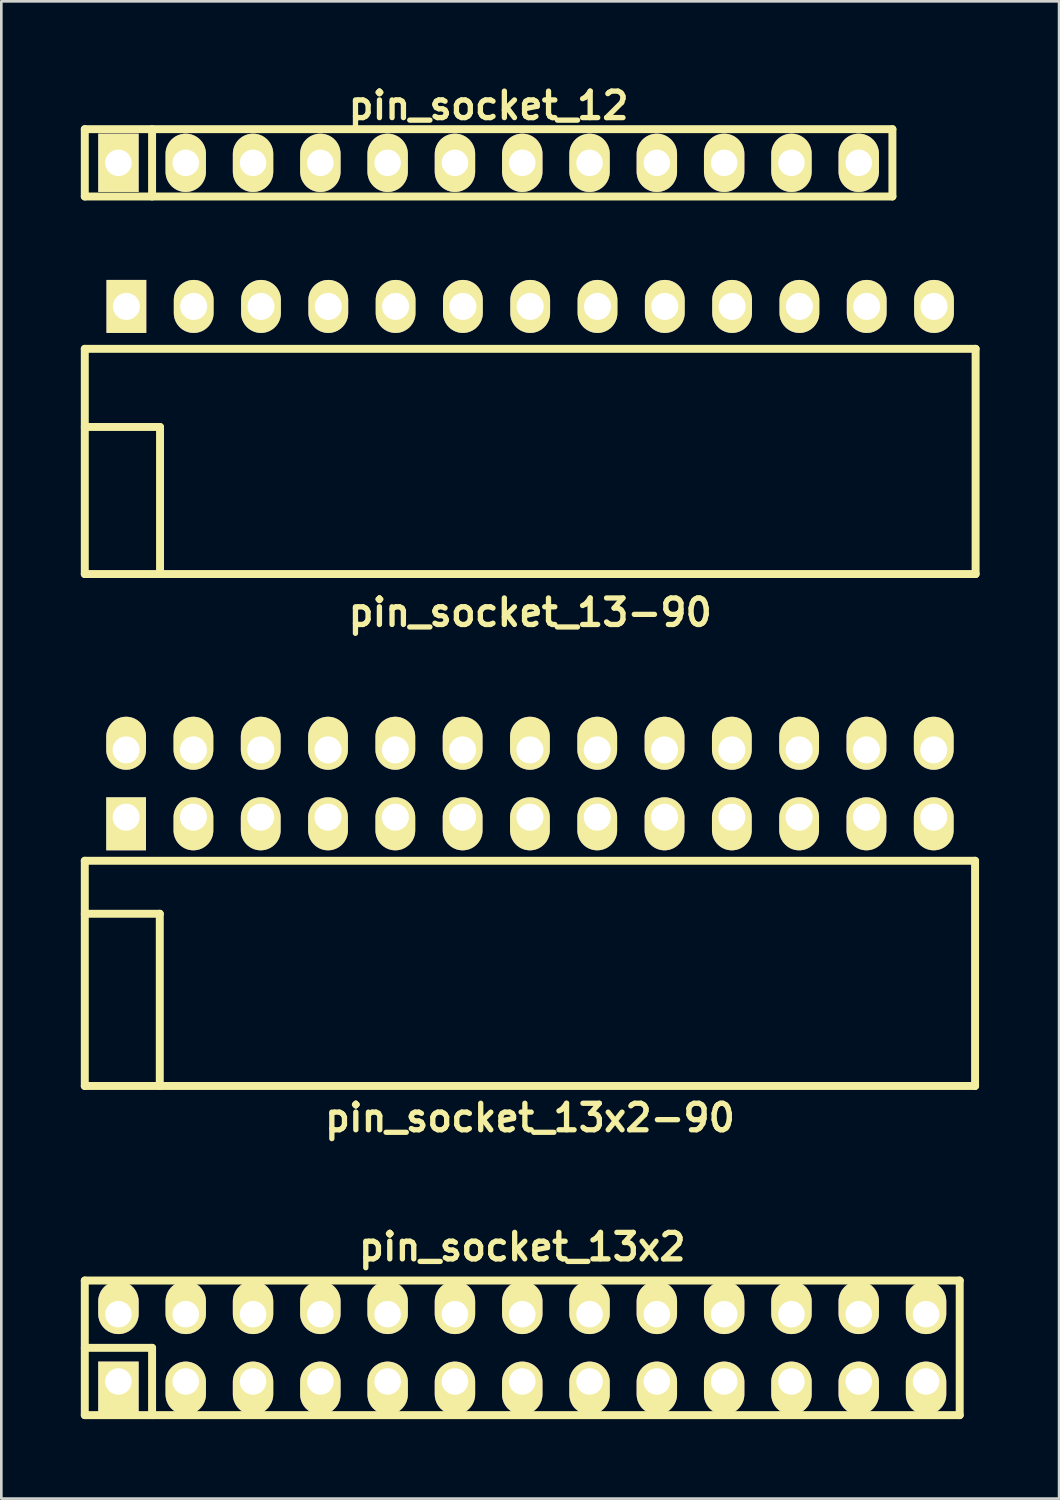
<source format=kicad_pcb>
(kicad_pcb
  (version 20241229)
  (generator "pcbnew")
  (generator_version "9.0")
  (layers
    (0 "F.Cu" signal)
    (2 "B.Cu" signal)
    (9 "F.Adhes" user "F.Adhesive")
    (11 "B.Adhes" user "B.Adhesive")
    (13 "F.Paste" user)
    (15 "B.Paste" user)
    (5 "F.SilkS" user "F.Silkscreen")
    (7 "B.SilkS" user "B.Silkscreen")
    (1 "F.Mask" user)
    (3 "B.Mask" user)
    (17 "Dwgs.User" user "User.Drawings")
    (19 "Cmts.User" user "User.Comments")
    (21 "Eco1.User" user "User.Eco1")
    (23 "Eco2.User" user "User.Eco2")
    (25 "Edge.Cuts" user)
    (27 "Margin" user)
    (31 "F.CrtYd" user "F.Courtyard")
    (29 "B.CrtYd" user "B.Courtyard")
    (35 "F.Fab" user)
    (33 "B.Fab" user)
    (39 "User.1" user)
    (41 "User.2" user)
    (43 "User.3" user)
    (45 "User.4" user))
  (footprint "pin_socket_13x2"
    (layer "F.Cu")
    (at 16.66 47.818)
    (property "Reference" "pin_socket_13x2" (at 0 -3.81 0) (layer "F.SilkS") (effects (font (size 1 1) (thickness 0.2))))
    (attr through_hole)
    (fp_line (start -16.51 -2.54) (end -16.51 2.54) (stroke (width 0.3) (type solid)) (layer "F.SilkS"))
    (fp_line (start -16.51 -2.54) (end 16.51 -2.54) (stroke (width 0.3) (type solid)) (layer "F.SilkS"))
    (fp_line (start -16.51 0) (end -13.97 0) (stroke (width 0.3) (type solid)) (layer "F.SilkS"))
    (fp_line (start -13.97 0) (end -13.97 2.54) (stroke (width 0.3) (type solid)) (layer "F.SilkS"))
    (fp_line (start 16.51 2.54) (end -16.51 2.54) (stroke (width 0.3) (type solid)) (layer "F.SilkS"))
    (fp_line (start 16.51 2.54) (end 16.51 -2.54) (stroke (width 0.3) (type solid)) (layer "F.SilkS"))
    (pad "1" thru_hole rect (at -15.24 1.27) (size 1.524 1.999) (drill 1.001 (offset 0 0.249)) (layers "*.Cu" "*.Mask" "F.SilkS"))
    (pad "2" thru_hole oval (at -15.24 -1.27) (size 1.524 1.999) (drill 1.001 (offset 0 -0.249)) (layers "*.Cu" "*.Mask" "F.SilkS"))
    (pad "3" thru_hole oval (at -12.7 1.27) (size 1.524 1.999) (drill 1.001 (offset 0 0.249)) (layers "*.Cu" "*.Mask" "F.SilkS"))
    (pad "4" thru_hole oval (at -12.7 -1.27) (size 1.524 1.999) (drill 1.001 (offset 0 -0.249)) (layers "*.Cu" "*.Mask" "F.SilkS"))
    (pad "5" thru_hole oval (at -10.16 1.27) (size 1.524 1.999) (drill 1.001 (offset 0 0.249)) (layers "*.Cu" "*.Mask" "F.SilkS"))
    (pad "6" thru_hole oval (at -10.16 -1.27) (size 1.524 1.999) (drill 1.001 (offset 0 -0.249)) (layers "*.Cu" "*.Mask" "F.SilkS"))
    (pad "7" thru_hole oval (at -7.62 1.27) (size 1.524 1.999) (drill 1.001 (offset 0 0.249)) (layers "*.Cu" "*.Mask" "F.SilkS"))
    (pad "8" thru_hole oval (at -7.62 -1.27) (size 1.524 1.999) (drill 1.001 (offset 0 -0.249)) (layers "*.Cu" "*.Mask" "F.SilkS"))
    (pad "9" thru_hole oval (at -5.08 1.27) (size 1.524 1.999) (drill 1.001 (offset 0 0.249)) (layers "*.Cu" "*.Mask" "F.SilkS"))
    (pad "10" thru_hole oval (at -5.08 -1.27) (size 1.524 1.999) (drill 1.001 (offset 0 -0.249)) (layers "*.Cu" "*.Mask" "F.SilkS"))
    (pad "11" thru_hole oval (at -2.54 1.27) (size 1.524 1.999) (drill 1.001 (offset 0 0.249)) (layers "*.Cu" "*.Mask" "F.SilkS"))
    (pad "12" thru_hole oval (at -2.54 -1.27) (size 1.524 1.999) (drill 1.001 (offset 0 -0.249)) (layers "*.Cu" "*.Mask" "F.SilkS"))
    (pad "13" thru_hole oval (at 0 1.27) (size 1.524 1.999) (drill 1.001 (offset 0 0.249)) (layers "*.Cu" "*.Mask" "F.SilkS"))
    (pad "14" thru_hole oval (at 0 -1.27) (size 1.524 1.999) (drill 1.001 (offset 0 -0.249)) (layers "*.Cu" "*.Mask" "F.SilkS"))
    (pad "15" thru_hole oval (at 2.54 1.27) (size 1.524 1.999) (drill 1.001 (offset 0 0.249)) (layers "*.Cu" "*.Mask" "F.SilkS"))
    (pad "16" thru_hole oval (at 2.54 -1.27) (size 1.524 1.999) (drill 1.001 (offset 0 -0.249)) (layers "*.Cu" "*.Mask" "F.SilkS"))
    (pad "17" thru_hole oval (at 5.08 1.27) (size 1.524 1.999) (drill 1.001 (offset 0 0.249)) (layers "*.Cu" "*.Mask" "F.SilkS"))
    (pad "18" thru_hole oval (at 5.08 -1.27) (size 1.524 1.999) (drill 1.001 (offset 0 -0.249)) (layers "*.Cu" "*.Mask" "F.SilkS"))
    (pad "19" thru_hole oval (at 7.62 1.27) (size 1.524 1.999) (drill 1.001 (offset 0 0.249)) (layers "*.Cu" "*.Mask" "F.SilkS"))
    (pad "20" thru_hole oval (at 7.62 -1.27) (size 1.524 1.999) (drill 1.001 (offset 0 -0.249)) (layers "*.Cu" "*.Mask" "F.SilkS"))
    (pad "21" thru_hole oval (at 10.16 1.27) (size 1.524 1.999) (drill 1.001 (offset 0 0.249)) (layers "*.Cu" "*.Mask" "F.SilkS"))
    (pad "22" thru_hole oval (at 10.16 -1.27) (size 1.524 1.999) (drill 1.001 (offset 0 -0.249)) (layers "*.Cu" "*.Mask" "F.SilkS"))
    (pad "23" thru_hole oval (at 12.7 1.27) (size 1.524 1.999) (drill 1.001 (offset 0 0.249)) (layers "*.Cu" "*.Mask" "F.SilkS"))
    (pad "24" thru_hole oval (at 12.7 -1.27) (size 1.524 1.999) (drill 1.001 (offset 0 -0.249)) (layers "*.Cu" "*.Mask" "F.SilkS"))
    (pad "25" thru_hole oval (at 15.24 1.27) (size 1.524 1.999) (drill 1.001 (offset 0 0.249)) (layers "*.Cu" "*.Mask" "F.SilkS"))
    (pad "26" thru_hole oval (at 15.24 -1.27) (size 1.524 1.999) (drill 1.001 (offset 0 -0.249)) (layers "*.Cu" "*.Mask" "F.SilkS")))
  (footprint "pin_socket_12"
    (layer "F.Cu")
    (at 15.39 3.095)
    (property "Reference" "pin_socket_12" (at 0 -2.159 0) (layer "F.SilkS") (effects (font (size 1 1) (thickness 0.2))))
    (attr through_hole)
    (fp_line (start -15.24 -1.27) (end 15.24 -1.27) (stroke (width 0.3) (type solid)) (layer "F.SilkS"))
    (fp_line (start -15.24 1.27) (end -15.24 -1.27) (stroke (width 0.3) (type solid)) (layer "F.SilkS"))
    (fp_line (start -12.7 -1.27) (end -12.7 1.27) (stroke (width 0.3) (type solid)) (layer "F.SilkS"))
    (fp_line (start 15.24 -1.27) (end 15.24 1.27) (stroke (width 0.3) (type solid)) (layer "F.SilkS"))
    (fp_line (start 15.24 1.27) (end -15.24 1.27) (stroke (width 0.3) (type solid)) (layer "F.SilkS"))
    (pad "1" thru_hole rect (at -13.97 0) (size 1.524 2.2) (drill 1.001) (layers "*.Cu" "*.Mask" "F.SilkS"))
    (pad "2" thru_hole oval (at -11.43 0) (size 1.524 2.2) (drill 1.001) (layers "*.Cu" "*.Mask" "F.SilkS"))
    (pad "3" thru_hole oval (at -8.89 0) (size 1.524 2.2) (drill 1.001) (layers "*.Cu" "*.Mask" "F.SilkS"))
    (pad "4" thru_hole oval (at -6.35 0) (size 1.524 2.2) (drill 1.001) (layers "*.Cu" "*.Mask" "F.SilkS"))
    (pad "5" thru_hole oval (at -3.81 0) (size 1.524 2.2) (drill 1.001) (layers "*.Cu" "*.Mask" "F.SilkS"))
    (pad "6" thru_hole oval (at -1.27 0) (size 1.524 2.2) (drill 1.001) (layers "*.Cu" "*.Mask" "F.SilkS"))
    (pad "7" thru_hole oval (at 1.27 0) (size 1.524 2.2) (drill 1.001) (layers "*.Cu" "*.Mask" "F.SilkS"))
    (pad "8" thru_hole oval (at 3.81 0) (size 1.524 2.2) (drill 1.001) (layers "*.Cu" "*.Mask" "F.SilkS"))
    (pad "9" thru_hole oval (at 6.35 0) (size 1.524 2.2) (drill 1.001) (layers "*.Cu" "*.Mask" "F.SilkS"))
    (pad "10" thru_hole oval (at 8.89 0) (size 1.524 2.2) (drill 1.001) (layers "*.Cu" "*.Mask" "F.SilkS"))
    (pad "11" thru_hole oval (at 11.43 0) (size 1.524 2.2) (drill 1.001) (layers "*.Cu" "*.Mask" "F.SilkS"))
    (pad "12" thru_hole oval (at 13.97 0) (size 1.524 2.2) (drill 1.001) (layers "*.Cu" "*.Mask" "F.SilkS")))
  (footprint "pin_socket_13-90"
    (layer "F.Cu")
    (at 16.96 13.065)
    (property "Reference" "pin_socket_13-90" (at 0 7 0) (layer "F.SilkS") (effects (font (size 1 1) (thickness 0.2))))
    (attr through_hole)
    (fp_line (start -16.81 -2.95) (end -16.81 5.55) (stroke (width 0.3) (type solid)) (layer "F.SilkS"))
    (fp_line (start -16.81 -2.95) (end 16.81 -2.95) (stroke (width 0.3) (type solid)) (layer "F.SilkS"))
    (fp_line (start -16.81 0) (end -13.97 0) (stroke (width 0.3) (type solid)) (layer "F.SilkS"))
    (fp_line (start -16.81 5.55) (end 16.81 5.55) (stroke (width 0.3) (type solid)) (layer "F.SilkS"))
    (fp_line (start -13.97 0) (end -13.97 5.55) (stroke (width 0.3) (type solid)) (layer "F.SilkS"))
    (fp_line (start 16.81 -2.95) (end 16.81 5.55) (stroke (width 0.3) (type solid)) (layer "F.SilkS"))
    (pad "1" thru_hole rect (at -15.24 -4.55) (size 1.5 2) (drill 1.02) (layers "*.Cu" "*.Mask" "F.SilkS"))
    (pad "2" thru_hole oval (at -12.7 -4.55) (size 1.5 2) (drill 1.02) (layers "*.Cu" "*.Mask" "F.SilkS"))
    (pad "3" thru_hole oval (at -10.16 -4.55) (size 1.5 2) (drill 1.02) (layers "*.Cu" "*.Mask" "F.SilkS"))
    (pad "4" thru_hole oval (at -7.62 -4.55) (size 1.5 2) (drill 1.02) (layers "*.Cu" "*.Mask" "F.SilkS"))
    (pad "5" thru_hole oval (at -5.08 -4.55) (size 1.5 2) (drill 1.02) (layers "*.Cu" "*.Mask" "F.SilkS"))
    (pad "6" thru_hole oval (at -2.54 -4.55) (size 1.5 2) (drill 1.02) (layers "*.Cu" "*.Mask" "F.SilkS"))
    (pad "7" thru_hole oval (at 0 -4.55) (size 1.5 2) (drill 1.02) (layers "*.Cu" "*.Mask" "F.SilkS"))
    (pad "8" thru_hole oval (at 2.54 -4.55) (size 1.5 2) (drill 1.02) (layers "*.Cu" "*.Mask" "F.SilkS"))
    (pad "9" thru_hole oval (at 5.08 -4.55) (size 1.5 2) (drill 1.02) (layers "*.Cu" "*.Mask" "F.SilkS"))
    (pad "10" thru_hole oval (at 7.62 -4.55) (size 1.5 2) (drill 1.02) (layers "*.Cu" "*.Mask" "F.SilkS"))
    (pad "12" thru_hole oval (at 12.7 -4.55) (size 1.5 2) (drill 1.02) (layers "*.Cu" "*.Mask" "F.SilkS"))
    (pad "13" thru_hole oval (at 15.24 -4.55) (size 1.5 2) (drill 1.02) (layers "*.Cu" "*.Mask" "F.SilkS"))
    (pad "1121" thru_hole oval (at 10.16 -4.55) (size 1.5 2) (drill 1.02) (layers "*.Cu" "*.Mask" "F.SilkS")))
  (footprint "pin_socket_13x2-90"
    (layer "F.Cu")
    (at 16.95 31.436)
    (property "Reference" "pin_socket_13x2-90" (at 0 7.7 0) (layer "F.SilkS") (effects (font (size 1 1) (thickness 0.2))))
    (attr through_hole)
    (fp_line (start -16.8 -2) (end -16.8 6.5) (stroke (width 0.3) (type solid)) (layer "F.SilkS"))
    (fp_line (start -16.8 -2) (end 16.8 -2) (stroke (width 0.3) (type solid)) (layer "F.SilkS"))
    (fp_line (start -16.8 0) (end -13.97 0) (stroke (width 0.3) (type solid)) (layer "F.SilkS"))
    (fp_line (start -16.8 6.5) (end 16.8 6.5) (stroke (width 0.3) (type solid)) (layer "F.SilkS"))
    (fp_line (start -13.97 0) (end -13.97 6.5) (stroke (width 0.3) (type solid)) (layer "F.SilkS"))
    (fp_line (start 16.8 -2) (end 16.8 6.5) (stroke (width 0.3) (type solid)) (layer "F.SilkS"))
    (pad "1" thru_hole rect (at -15.24 -3.645) (size 1.5 2) (drill 1.02 (offset 0 0.25)) (layers "*.Cu" "*.Mask" "F.SilkS"))
    (pad "2" thru_hole oval (at -15.24 -6.185) (size 1.5 2) (drill 1.02 (offset 0 -0.25)) (layers "*.Cu" "*.Mask" "F.SilkS"))
    (pad "3" thru_hole oval (at -12.7 -3.645) (size 1.5 2) (drill 1.02 (offset 0 0.25)) (layers "*.Cu" "*.Mask" "F.SilkS"))
    (pad "4" thru_hole oval (at -12.7 -6.185) (size 1.5 2) (drill 1.02 (offset 0 -0.25)) (layers "*.Cu" "*.Mask" "F.SilkS"))
    (pad "5" thru_hole oval (at -10.16 -3.645) (size 1.5 2) (drill 1.02 (offset 0 0.25)) (layers "*.Cu" "*.Mask" "F.SilkS"))
    (pad "6" thru_hole oval (at -10.16 -6.185) (size 1.5 2) (drill 1.02 (offset 0 -0.25)) (layers "*.Cu" "*.Mask" "F.SilkS"))
    (pad "7" thru_hole oval (at -7.62 -3.645) (size 1.5 2) (drill 1.02 (offset 0 0.25)) (layers "*.Cu" "*.Mask" "F.SilkS"))
    (pad "8" thru_hole oval (at -7.62 -6.185) (size 1.5 2) (drill 1.02 (offset 0 -0.25)) (layers "*.Cu" "*.Mask" "F.SilkS"))
    (pad "9" thru_hole oval (at -5.08 -3.645) (size 1.5 2) (drill 1.02 (offset 0 0.25)) (layers "*.Cu" "*.Mask" "F.SilkS"))
    (pad "10" thru_hole oval (at -5.08 -6.185) (size 1.5 2) (drill 1.02 (offset 0 -0.25)) (layers "*.Cu" "*.Mask" "F.SilkS"))
    (pad "11" thru_hole oval (at -2.54 -3.645) (size 1.5 2) (drill 1.02 (offset 0 0.25)) (layers "*.Cu" "*.Mask" "F.SilkS"))
    (pad "12" thru_hole oval (at -2.54 -6.185) (size 1.5 2) (drill 1.02 (offset 0 -0.25)) (layers "*.Cu" "*.Mask" "F.SilkS"))
    (pad "13" thru_hole oval (at 0 -3.645) (size 1.5 2) (drill 1.02 (offset 0 0.25)) (layers "*.Cu" "*.Mask" "F.SilkS"))
    (pad "14" thru_hole oval (at 0 -6.185) (size 1.5 2) (drill 1.02 (offset 0 -0.25)) (layers "*.Cu" "*.Mask" "F.SilkS"))
    (pad "15" thru_hole oval (at 2.54 -3.645) (size 1.5 2) (drill 1.02 (offset 0 0.25)) (layers "*.Cu" "*.Mask" "F.SilkS"))
    (pad "16" thru_hole oval (at 2.54 -6.185) (size 1.5 2) (drill 1.02 (offset 0 -0.25)) (layers "*.Cu" "*.Mask" "F.SilkS"))
    (pad "17" thru_hole oval (at 5.08 -3.645) (size 1.5 2) (drill 1.02 (offset 0 0.25)) (layers "*.Cu" "*.Mask" "F.SilkS"))
    (pad "18" thru_hole oval (at 5.08 -6.185) (size 1.5 2) (drill 1.02 (offset 0 -0.25)) (layers "*.Cu" "*.Mask" "F.SilkS"))
    (pad "19" thru_hole oval (at 7.62 -3.645) (size 1.5 2) (drill 1.02 (offset 0 0.25)) (layers "*.Cu" "*.Mask" "F.SilkS"))
    (pad "20" thru_hole oval (at 7.62 -6.185) (size 1.5 2) (drill 1.02 (offset 0 -0.25)) (layers "*.Cu" "*.Mask" "F.SilkS"))
    (pad "21" thru_hole oval (at 10.16 -3.645) (size 1.5 2) (drill 1.02 (offset 0 0.25)) (layers "*.Cu" "*.Mask" "F.SilkS"))
    (pad "22" thru_hole oval (at 10.16 -6.185) (size 1.5 2) (drill 1.02 (offset 0 -0.25)) (layers "*.Cu" "*.Mask" "F.SilkS"))
    (pad "23" thru_hole oval (at 12.7 -3.645) (size 1.5 2) (drill 1.02 (offset 0 0.25)) (layers "*.Cu" "*.Mask" "F.SilkS"))
    (pad "24" thru_hole oval (at 12.7 -6.185) (size 1.5 2) (drill 1.02 (offset 0 -0.25)) (layers "*.Cu" "*.Mask" "F.SilkS"))
    (pad "25" thru_hole oval (at 15.24 -3.645) (size 1.5 2) (drill 1.02 (offset 0 0.25)) (layers "*.Cu" "*.Mask" "F.SilkS"))
    (pad "26" thru_hole oval (at 15.24 -6.185) (size 1.5 2) (drill 1.02 (offset 0 -0.25)) (layers "*.Cu" "*.Mask" "F.SilkS")))
  (gr_rect
    (start -3 -3)
    (end 36.92 53.508)
    (stroke (width 0.1) (type default))
    (fill no)
    (layer "Edge.Cuts")))
</source>
